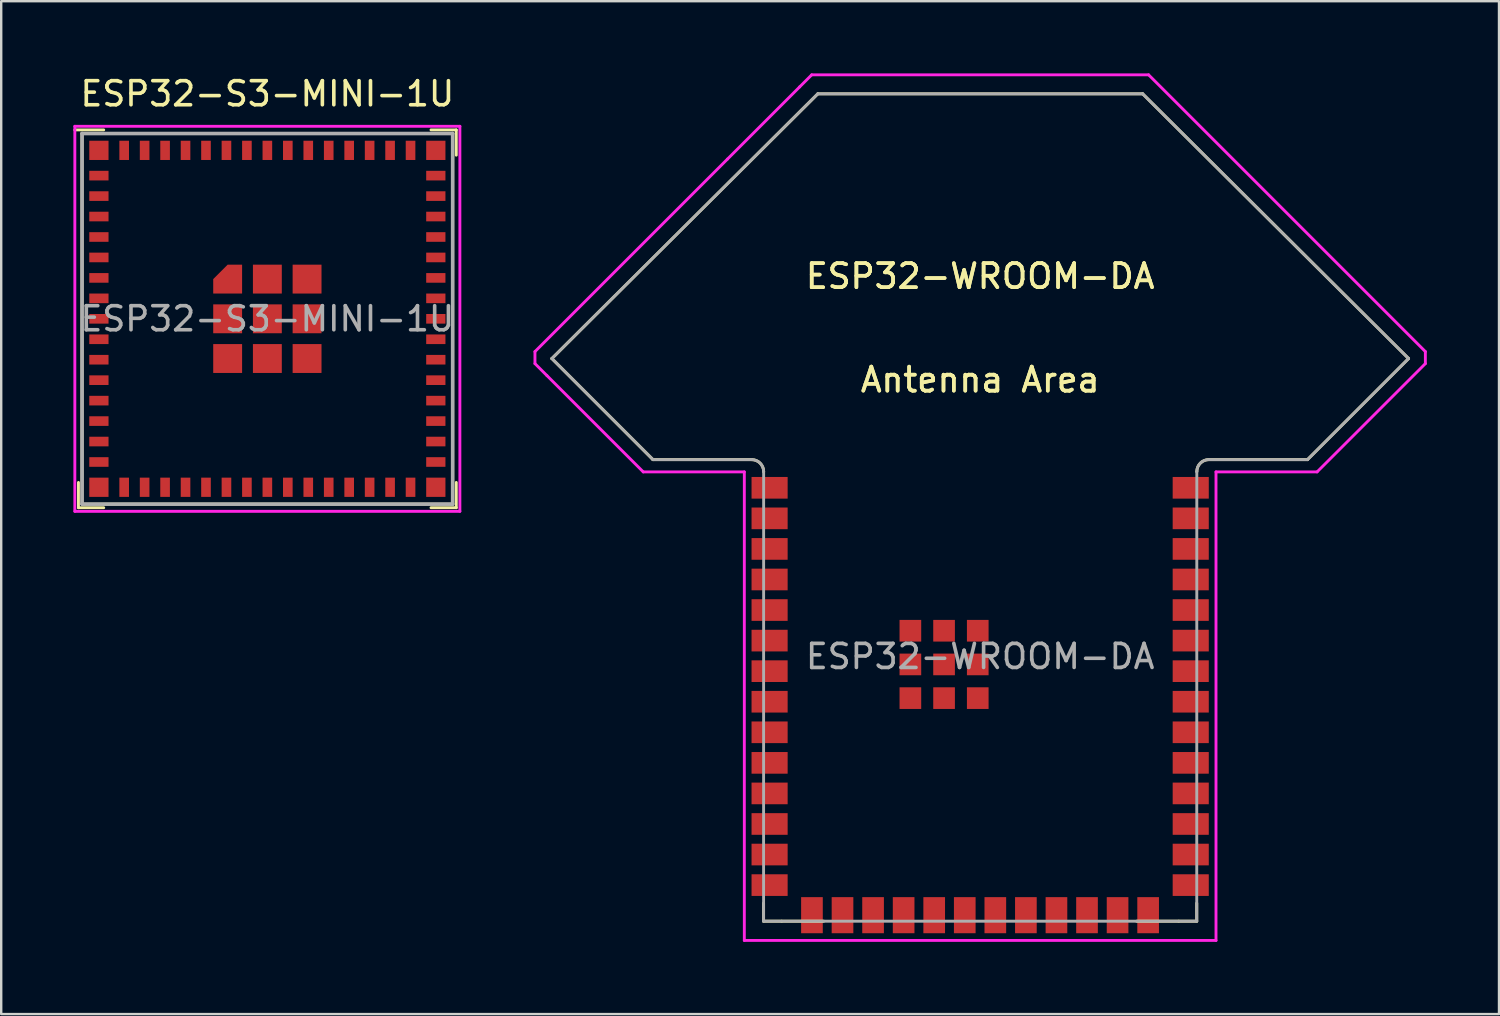
<source format=kicad_pcb>
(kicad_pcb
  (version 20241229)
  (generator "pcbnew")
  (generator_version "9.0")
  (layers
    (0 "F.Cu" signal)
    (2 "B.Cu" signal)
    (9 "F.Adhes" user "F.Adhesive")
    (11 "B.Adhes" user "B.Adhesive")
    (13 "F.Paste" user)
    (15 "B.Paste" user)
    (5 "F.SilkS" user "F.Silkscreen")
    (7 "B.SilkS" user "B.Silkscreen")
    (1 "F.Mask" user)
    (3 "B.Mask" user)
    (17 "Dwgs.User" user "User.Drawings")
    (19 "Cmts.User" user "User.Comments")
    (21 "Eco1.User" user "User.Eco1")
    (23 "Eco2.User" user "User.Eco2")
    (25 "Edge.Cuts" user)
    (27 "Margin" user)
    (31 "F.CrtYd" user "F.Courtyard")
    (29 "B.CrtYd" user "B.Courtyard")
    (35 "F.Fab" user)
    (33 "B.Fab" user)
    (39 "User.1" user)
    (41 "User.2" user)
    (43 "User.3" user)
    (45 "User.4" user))
  (footprint "ESP32-WROOM-DA"
    (layer "F.Cu")
    (at 37.68 24.23)
    (property "Reference" "ESP32-WROOM-DA" (at 0 -15.8 0) (layer "F.SilkS") (effects (font (size 1 1) (thickness 0.15))))
    (attr smd)
    (fp_line (start -17.797 -12.381) (end -13.597 -8.181) (stroke (width 0.12) (type solid)) (layer "F.SilkS"))
    (fp_line (start -13.597 -8.181) (end -9.497 -8.181) (stroke (width 0.12) (type solid)) (layer "F.SilkS"))
    (fp_line (start -9 10.25) (end -9 11) (stroke (width 0.12) (type solid)) (layer "F.SilkS"))
    (fp_line (start -9 11) (end -8.25 11) (stroke (width 0.12) (type solid)) (layer "F.SilkS"))
    (fp_line (start -8.25 11) (end -6.5 11) (stroke (width 0.12) (type solid)) (layer "F.SilkS"))
    (fp_line (start -6.747 -23.381) (end -17.797 -12.381) (stroke (width 0.12) (type solid)) (layer "F.SilkS"))
    (fp_line (start -6.747 -23.381) (end 6.753 -23.381) (stroke (width 0.12) (type solid)) (layer "F.SilkS"))
    (fp_line (start 8.25 11) (end 6.5 11) (stroke (width 0.12) (type solid)) (layer "F.SilkS"))
    (fp_line (start 9 10.25) (end 9 11) (stroke (width 0.12) (type solid)) (layer "F.SilkS"))
    (fp_line (start 9 11) (end 8.25 11) (stroke (width 0.12) (type solid)) (layer "F.SilkS"))
    (fp_line (start 9.503 -8.181) (end 13.603 -8.181) (stroke (width 0.12) (type solid)) (layer "F.SilkS"))
    (fp_line (start 13.603 -8.181) (end 17.803 -12.381) (stroke (width 0.12) (type solid)) (layer "F.SilkS"))
    (fp_line (start 17.803 -12.381) (end 6.753 -23.381) (stroke (width 0.12) (type solid)) (layer "F.SilkS"))
    (fp_arc (start -9.49671 -8.181187) (mid -9.143157 -8.03474) (end -8.99671 -7.681187) (stroke (width 0.12) (type solid)) (layer "F.SilkS"))
    (fp_arc (start 9.00329 -7.681187) (mid 9.149737 -8.03474) (end 9.50329 -8.181187) (stroke (width 0.12) (type solid)) (layer "F.SilkS"))
    (fp_line (start -9 -7.67) (end 9 -7.67) (stroke (width 0.12) (type solid)) (layer "Eco2.User"))
    (fp_line (start -9 11) (end -9 -7.67) (stroke (width 0.12) (type solid)) (layer "Eco2.User"))
    (fp_line (start 9 -7.67) (end 9 11) (stroke (width 0.12) (type solid)) (layer "Eco2.User"))
    (fp_line (start 9 11) (end -9 11) (stroke (width 0.12) (type solid)) (layer "Eco2.User"))
    (fp_line (start -18.5 -12.17) (end -18.5 -12.67) (stroke (width 0.12) (type solid)) (layer "F.CrtYd"))
    (fp_line (start -18 -11.67) (end -18.5 -12.17) (stroke (width 0.12) (type solid)) (layer "F.CrtYd"))
    (fp_line (start -14 -7.67) (end -18 -11.67) (stroke (width 0.12) (type solid)) (layer "F.CrtYd"))
    (fp_line (start -10.5 -20.67) (end -18.5 -12.67) (stroke (width 0.12) (type solid)) (layer "F.CrtYd"))
    (fp_line (start -9.8 -7.67) (end -14 -7.67) (stroke (width 0.12) (type solid)) (layer "F.CrtYd"))
    (fp_line (start -9.8 -7.67) (end -9.8 11.8) (stroke (width 0.12) (type solid)) (layer "F.CrtYd"))
    (fp_line (start -9.8 11.8) (end 9.8 11.8) (stroke (width 0.12) (type solid)) (layer "F.CrtYd"))
    (fp_line (start -7.5 -23.67) (end -10.5 -20.67) (stroke (width 0.12) (type solid)) (layer "F.CrtYd"))
    (fp_line (start -7.5 -23.67) (end -7 -24.17) (stroke (width 0.12) (type solid)) (layer "F.CrtYd"))
    (fp_line (start -7 -24.17) (end 7 -24.17) (stroke (width 0.12) (type solid)) (layer "F.CrtYd"))
    (fp_line (start 7 -24.17) (end 18.5 -12.67) (stroke (width 0.12) (type solid)) (layer "F.CrtYd"))
    (fp_line (start 9.8 -7.67) (end 9.8 11.8) (stroke (width 0.12) (type solid)) (layer "F.CrtYd"))
    (fp_line (start 9.8 -7.67) (end 14 -7.67) (stroke (width 0.12) (type solid)) (layer "F.CrtYd"))
    (fp_line (start 14 -7.67) (end 18.5 -12.17) (stroke (width 0.12) (type solid)) (layer "F.CrtYd"))
    (fp_line (start 18.5 -12.67) (end 18.5 -12.17) (stroke (width 0.12) (type solid)) (layer "F.CrtYd"))
    (fp_line (start -17.797 -12.381) (end -13.597 -8.181) (stroke (width 0.12) (type solid)) (layer "F.Fab"))
    (fp_line (start -13.597 -8.181) (end -9.497 -8.181) (stroke (width 0.12) (type solid)) (layer "F.Fab"))
    (fp_line (start -9 11) (end 9 11) (stroke (width 0.12) (type solid)) (layer "F.Fab"))
    (fp_line (start -8.997 -7.681) (end -9 11) (stroke (width 0.12) (type solid)) (layer "F.Fab"))
    (fp_line (start -6.747 -23.381) (end -17.797 -12.381) (stroke (width 0.12) (type solid)) (layer "F.Fab"))
    (fp_line (start -6.747 -23.381) (end 6.753 -23.381) (stroke (width 0.12) (type solid)) (layer "F.Fab"))
    (fp_line (start 9 11) (end 9.003 -7.681) (stroke (width 0.12) (type solid)) (layer "F.Fab"))
    (fp_line (start 9.503 -8.181) (end 13.603 -8.181) (stroke (width 0.12) (type solid)) (layer "F.Fab"))
    (fp_line (start 13.603 -8.181) (end 17.803 -12.381) (stroke (width 0.12) (type solid)) (layer "F.Fab"))
    (fp_line (start 17.803 -12.381) (end 6.753 -23.381) (stroke (width 0.12) (type solid)) (layer "F.Fab"))
    (fp_arc (start -9.49671 -8.181187) (mid -9.143157 -8.03474) (end -8.99671 -7.681187) (stroke (width 0.12) (type solid)) (layer "F.Fab"))
    (fp_arc (start 9.00329 -7.681187) (mid 9.149737 -8.03474) (end 9.50329 -8.181187) (stroke (width 0.12) (type solid)) (layer "F.Fab"))
    (fp_text user "Antenna Area" (at 0 -11.5 0) (layer "F.SilkS") (effects (font (size 1 1) (thickness 0.15))))
    (fp_text user "${REFERENCE}" (at 0 -15.8 0) (layer "F.SilkS") (effects (font (size 1 1) (thickness 0.15))))
    (fp_text user "Antenna Area" (at 0 -11.5 0) (layer "F.SilkS") (effects (font (size 1 1) (thickness 0.15))))
    (fp_text user "Antenna Area" (at 0 -11.5 0) (layer "Eco2.User") (effects (font (size 1 1) (thickness 0.15))))
    (fp_text user "Antenna Area" (at 0 -11.5 0) (layer "Eco2.User") (effects (font (size 1 1) (thickness 0.15))))
    (fp_text user "${REFERENCE}" (at 0 0 0) (layer "F.Fab") (effects (font (size 1 1) (thickness 0.15))))
    (pad "1" smd rect (at -8.75 -7.01) (size 1.5 0.9) (layers "F.Cu" "F.Mask" "F.Paste"))
    (pad "2" smd rect (at -8.75 -5.74) (size 1.5 0.9) (layers "F.Cu" "F.Mask" "F.Paste"))
    (pad "3" smd rect (at -8.75 -4.47) (size 1.5 0.9) (layers "F.Cu" "F.Mask" "F.Paste"))
    (pad "4" smd rect (at -8.75 -3.2) (size 1.5 0.9) (layers "F.Cu" "F.Mask" "F.Paste"))
    (pad "5" smd rect (at -8.75 -1.93) (size 1.5 0.9) (layers "F.Cu" "F.Mask" "F.Paste"))
    (pad "6" smd rect (at -8.75 -0.66) (size 1.5 0.9) (layers "F.Cu" "F.Mask" "F.Paste"))
    (pad "7" smd rect (at -8.75 0.61) (size 1.5 0.9) (layers "F.Cu" "F.Mask" "F.Paste"))
    (pad "8" smd rect (at -8.75 1.88) (size 1.5 0.9) (layers "F.Cu" "F.Mask" "F.Paste"))
    (pad "9" smd rect (at -8.75 3.15) (size 1.5 0.9) (layers "F.Cu" "F.Mask" "F.Paste"))
    (pad "10" smd rect (at -8.75 4.42) (size 1.5 0.9) (layers "F.Cu" "F.Mask" "F.Paste"))
    (pad "11" smd rect (at -8.75 5.69) (size 1.5 0.9) (layers "F.Cu" "F.Mask" "F.Paste"))
    (pad "12" smd rect (at -8.75 6.96) (size 1.5 0.9) (layers "F.Cu" "F.Mask" "F.Paste"))
    (pad "13" smd rect (at -8.75 8.23) (size 1.5 0.9) (layers "F.Cu" "F.Mask" "F.Paste"))
    (pad "14" smd rect (at -8.75 9.5) (size 1.5 0.9) (layers "F.Cu" "F.Mask" "F.Paste"))
    (pad "15" smd rect (at -6.99 10.75 90) (size 1.5 0.9) (layers "F.Cu" "F.Mask" "F.Paste"))
    (pad "16" smd rect (at -5.72 10.75 90) (size 1.5 0.9) (layers "F.Cu" "F.Mask" "F.Paste"))
    (pad "17" smd rect (at -4.45 10.75 90) (size 1.5 0.9) (layers "F.Cu" "F.Mask" "F.Paste"))
    (pad "18" smd rect (at -3.18 10.75 90) (size 1.5 0.9) (layers "F.Cu" "F.Mask" "F.Paste"))
    (pad "19" smd rect (at -1.91 10.75 90) (size 1.5 0.9) (layers "F.Cu" "F.Mask" "F.Paste"))
    (pad "20" smd rect (at -0.64 10.75 90) (size 1.5 0.9) (layers "F.Cu" "F.Mask" "F.Paste"))
    (pad "21" smd rect (at 0.63 10.75 90) (size 1.5 0.9) (layers "F.Cu" "F.Mask" "F.Paste"))
    (pad "22" smd rect (at 1.9 10.75 90) (size 1.5 0.9) (layers "F.Cu" "F.Mask" "F.Paste"))
    (pad "23" smd rect (at 3.17 10.75 90) (size 1.5 0.9) (layers "F.Cu" "F.Mask" "F.Paste"))
    (pad "24" smd rect (at 4.44 10.75 90) (size 1.5 0.9) (layers "F.Cu" "F.Mask" "F.Paste"))
    (pad "25" smd rect (at 5.71 10.75 90) (size 1.5 0.9) (layers "F.Cu" "F.Mask" "F.Paste"))
    (pad "26" smd rect (at 6.98 10.75 90) (size 1.5 0.9) (layers "F.Cu" "F.Mask" "F.Paste"))
    (pad "27" smd rect (at 8.75 9.5 180) (size 1.5 0.9) (layers "F.Cu" "F.Mask" "F.Paste"))
    (pad "28" smd rect (at 8.75 8.23 180) (size 1.5 0.9) (layers "F.Cu" "F.Mask" "F.Paste"))
    (pad "29" smd rect (at 8.75 6.96 180) (size 1.5 0.9) (layers "F.Cu" "F.Mask" "F.Paste"))
    (pad "30" smd rect (at 8.75 5.69 180) (size 1.5 0.9) (layers "F.Cu" "F.Mask" "F.Paste"))
    (pad "31" smd rect (at 8.75 4.42 180) (size 1.5 0.9) (layers "F.Cu" "F.Mask" "F.Paste"))
    (pad "32" smd rect (at 8.75 3.15 180) (size 1.5 0.9) (layers "F.Cu" "F.Mask" "F.Paste"))
    (pad "33" smd rect (at 8.75 1.88 180) (size 1.5 0.9) (layers "F.Cu" "F.Mask" "F.Paste"))
    (pad "34" smd rect (at 8.75 0.61 180) (size 1.5 0.9) (layers "F.Cu" "F.Mask" "F.Paste"))
    (pad "35" smd rect (at 8.75 -0.66 180) (size 1.5 0.9) (layers "F.Cu" "F.Mask" "F.Paste"))
    (pad "36" smd rect (at 8.75 -1.93 180) (size 1.5 0.9) (layers "F.Cu" "F.Mask" "F.Paste"))
    (pad "37" smd rect (at 8.75 -3.2 180) (size 1.5 0.9) (layers "F.Cu" "F.Mask" "F.Paste"))
    (pad "38" smd rect (at 8.75 -4.47 180) (size 1.5 0.9) (layers "F.Cu" "F.Mask" "F.Paste"))
    (pad "39" smd rect (at 8.75 -5.74 180) (size 1.5 0.9) (layers "F.Cu" "F.Mask" "F.Paste"))
    (pad "40" smd rect (at 8.75 -7.01 180) (size 1.5 0.9) (layers "F.Cu" "F.Mask" "F.Paste"))
    (pad "41" smd rect (at -2.9 -1.07 180) (size 0.9 0.9) (layers "F.Cu" "F.Mask" "F.Paste"))
    (pad "41" smd rect (at -2.9 0.33 180) (size 0.9 0.9) (layers "F.Cu" "F.Mask" "F.Paste"))
    (pad "41" smd rect (at -2.9 1.73 180) (size 0.9 0.9) (layers "F.Cu" "F.Mask" "F.Paste"))
    (pad "41" smd rect (at -1.5 -1.07 180) (size 0.9 0.9) (layers "F.Cu" "F.Mask" "F.Paste"))
    (pad "41" smd rect (at -1.5 0.33 180) (size 0.9 0.9) (layers "F.Cu" "F.Mask" "F.Paste"))
    (pad "41" smd rect (at -1.5 1.73 180) (size 0.9 0.9) (layers "F.Cu" "F.Mask" "F.Paste"))
    (pad "41" smd rect (at -0.1 -1.07 180) (size 0.9 0.9) (layers "F.Cu" "F.Mask" "F.Paste"))
    (pad "41" smd rect (at -0.1 0.33 180) (size 0.9 0.9) (layers "F.Cu" "F.Mask" "F.Paste"))
    (pad "41" smd rect (at -0.1 1.73 180) (size 0.9 0.9) (layers "F.Cu" "F.Mask" "F.Paste"))
    (zone (net_name "") (layers "F.Cu" "B.Cu") (name "antenna keepout") (hatch edge 0.508) (connect_pads) (min_thickness 0.254) (filled_areas_thickness no) (keepout (tracks not_allowed) (vias not_allowed) (pads not_allowed) (copperpour not_allowed) (footprints not_allowed)) (placement (enabled no)) (fill) (polygon (pts (xy 55.48 16.56) (xy 19.93 16.56) (xy 19.93 0.86) (xy 55.48 0.86)))))
  (footprint "ESP32-S3-MINI-1U"
    (layer "F.Cu")
    (at 8.06 10.198)
    (property "Reference" "ESP32-S3-MINI-1U" (at 0 -9.35 0) (layer "F.SilkS") (effects (font (size 1 1) (thickness 0.15))))
    (attr smd)
    (fp_line (start -7.85 7.85) (end -7.85 6.8) (stroke (width 0.12) (type solid)) (layer "F.SilkS"))
    (fp_line (start -7.7 -7.7) (end 7.7 -7.7) (stroke (width 0.12) (type solid)) (layer "F.SilkS"))
    (fp_line (start -7.7 7.7) (end -7.7 -7.7) (stroke (width 0.12) (type solid)) (layer "F.SilkS"))
    (fp_line (start -6.8 -7.85) (end -8 -7.85) (stroke (width 0.12) (type solid)) (layer "F.SilkS"))
    (fp_line (start -6.8 7.85) (end -7.85 7.85) (stroke (width 0.12) (type solid)) (layer "F.SilkS"))
    (fp_line (start 6.8 -7.85) (end 7.85 -7.85) (stroke (width 0.12) (type solid)) (layer "F.SilkS"))
    (fp_line (start 6.8 7.85) (end 7.85 7.85) (stroke (width 0.12) (type solid)) (layer "F.SilkS"))
    (fp_line (start 7.7 -7.7) (end 7.7 7.7) (stroke (width 0.12) (type solid)) (layer "F.SilkS"))
    (fp_line (start 7.7 7.7) (end -7.7 7.7) (stroke (width 0.12) (type solid)) (layer "F.SilkS"))
    (fp_line (start 7.85 -7.85) (end 7.85 -6.8) (stroke (width 0.12) (type solid)) (layer "F.SilkS"))
    (fp_line (start 7.85 7.85) (end 7.85 6.8) (stroke (width 0.12) (type solid)) (layer "F.SilkS"))
    (fp_line (start -8 -8) (end -8 8) (stroke (width 0.12) (type solid)) (layer "F.CrtYd"))
    (fp_line (start -8 8) (end 8 8) (stroke (width 0.12) (type solid)) (layer "F.CrtYd"))
    (fp_line (start 8 -8) (end -8 -8) (stroke (width 0.12) (type solid)) (layer "F.CrtYd"))
    (fp_line (start 8 8) (end 8 -8) (stroke (width 0.12) (type solid)) (layer "F.CrtYd"))
    (fp_line (start -7.7 -7.7) (end -7.7 7.7) (stroke (width 0.15) (type solid)) (layer "F.Fab"))
    (fp_line (start -7.7 7.7) (end 7.7 7.7) (stroke (width 0.15) (type solid)) (layer "F.Fab"))
    (fp_line (start 7.7 -7.7) (end -7.7 -7.7) (stroke (width 0.15) (type solid)) (layer "F.Fab"))
    (fp_line (start 7.7 7.7) (end 7.7 -7.7) (stroke (width 0.15) (type solid)) (layer "F.Fab"))
    (fp_text user "${REFERENCE}" (at 0 0 0) (layer "F.Fab") (effects (font (size 1 1) (thickness 0.15))))
    (pad "1" smd rect (at -7 -5.95 90) (size 0.4 0.8) (layers "F.Cu" "F.Mask" "F.Paste"))
    (pad "2" smd rect (at -7 -5.1 90) (size 0.4 0.8) (layers "F.Cu" "F.Mask" "F.Paste"))
    (pad "3" smd rect (at -7 -4.25 90) (size 0.4 0.8) (layers "F.Cu" "F.Mask" "F.Paste"))
    (pad "4" smd rect (at -7 -3.4 90) (size 0.4 0.8) (layers "F.Cu" "F.Mask" "F.Paste"))
    (pad "5" smd rect (at -7 -2.55 90) (size 0.4 0.8) (layers "F.Cu" "F.Mask" "F.Paste"))
    (pad "6" smd rect (at -7 -1.7 90) (size 0.4 0.8) (layers "F.Cu" "F.Mask" "F.Paste"))
    (pad "7" smd rect (at -7 -0.85 90) (size 0.4 0.8) (layers "F.Cu" "F.Mask" "F.Paste"))
    (pad "8" smd rect (at -7 0 90) (size 0.4 0.8) (layers "F.Cu" "F.Mask" "F.Paste"))
    (pad "9" smd rect (at -7 0.85 90) (size 0.4 0.8) (layers "F.Cu" "F.Mask" "F.Paste"))
    (pad "10" smd rect (at -7 1.7 90) (size 0.4 0.8) (layers "F.Cu" "F.Mask" "F.Paste"))
    (pad "11" smd rect (at -7 2.55 90) (size 0.4 0.8) (layers "F.Cu" "F.Mask" "F.Paste"))
    (pad "12" smd rect (at -7 3.4 90) (size 0.4 0.8) (layers "F.Cu" "F.Mask" "F.Paste"))
    (pad "13" smd rect (at -7 4.25 90) (size 0.4 0.8) (layers "F.Cu" "F.Mask" "F.Paste"))
    (pad "14" smd rect (at -7 5.1 90) (size 0.4 0.8) (layers "F.Cu" "F.Mask" "F.Paste"))
    (pad "15" smd rect (at -7 5.95 90) (size 0.4 0.8) (layers "F.Cu" "F.Mask" "F.Paste"))
    (pad "16" smd rect (at -5.95 7) (size 0.4 0.8) (layers "F.Cu" "F.Mask" "F.Paste"))
    (pad "17" smd rect (at -5.1 7) (size 0.4 0.8) (layers "F.Cu" "F.Mask" "F.Paste"))
    (pad "18" smd rect (at -4.25 7) (size 0.4 0.8) (layers "F.Cu" "F.Mask" "F.Paste"))
    (pad "19" smd rect (at -3.4 7) (size 0.4 0.8) (layers "F.Cu" "F.Mask" "F.Paste"))
    (pad "20" smd rect (at -2.55 7) (size 0.4 0.8) (layers "F.Cu" "F.Mask" "F.Paste"))
    (pad "21" smd rect (at -1.7 7) (size 0.4 0.8) (layers "F.Cu" "F.Mask" "F.Paste"))
    (pad "22" smd rect (at -0.85 7) (size 0.4 0.8) (layers "F.Cu" "F.Mask" "F.Paste"))
    (pad "23" smd rect (at 0 7) (size 0.4 0.8) (layers "F.Cu" "F.Mask" "F.Paste"))
    (pad "24" smd rect (at 0.85 7) (size 0.4 0.8) (layers "F.Cu" "F.Mask" "F.Paste"))
    (pad "25" smd rect (at 1.7 7) (size 0.4 0.8) (layers "F.Cu" "F.Mask" "F.Paste"))
    (pad "26" smd rect (at 2.55 7) (size 0.4 0.8) (layers "F.Cu" "F.Mask" "F.Paste"))
    (pad "27" smd rect (at 3.4 7) (size 0.4 0.8) (layers "F.Cu" "F.Mask" "F.Paste"))
    (pad "28" smd rect (at 4.25 7) (size 0.4 0.8) (layers "F.Cu" "F.Mask" "F.Paste"))
    (pad "29" smd rect (at 5.1 7) (size 0.4 0.8) (layers "F.Cu" "F.Mask" "F.Paste"))
    (pad "30" smd rect (at 5.95 7) (size 0.4 0.8) (layers "F.Cu" "F.Mask" "F.Paste"))
    (pad "31" smd rect (at 7 5.95 90) (size 0.4 0.8) (layers "F.Cu" "F.Mask" "F.Paste"))
    (pad "32" smd rect (at 7 5.1 90) (size 0.4 0.8) (layers "F.Cu" "F.Mask" "F.Paste"))
    (pad "33" smd rect (at 7 4.25 90) (size 0.4 0.8) (layers "F.Cu" "F.Mask" "F.Paste"))
    (pad "34" smd rect (at 7 3.4 90) (size 0.4 0.8) (layers "F.Cu" "F.Mask" "F.Paste"))
    (pad "35" smd rect (at 7 2.55 90) (size 0.4 0.8) (layers "F.Cu" "F.Mask" "F.Paste"))
    (pad "36" smd rect (at 7 1.7 90) (size 0.4 0.8) (layers "F.Cu" "F.Mask" "F.Paste"))
    (pad "37" smd rect (at 7 0.85 90) (size 0.4 0.8) (layers "F.Cu" "F.Mask" "F.Paste"))
    (pad "38" smd rect (at 7 0 90) (size 0.4 0.8) (layers "F.Cu" "F.Mask" "F.Paste"))
    (pad "39" smd rect (at 7 -0.85 90) (size 0.4 0.8) (layers "F.Cu" "F.Mask" "F.Paste"))
    (pad "40" smd rect (at 7 -1.7 90) (size 0.4 0.8) (layers "F.Cu" "F.Mask" "F.Paste"))
    (pad "41" smd rect (at 7 -2.55 90) (size 0.4 0.8) (layers "F.Cu" "F.Mask" "F.Paste"))
    (pad "42" smd rect (at 7 -3.4 90) (size 0.4 0.8) (layers "F.Cu" "F.Mask" "F.Paste"))
    (pad "43" smd rect (at 7 -4.25 90) (size 0.4 0.8) (layers "F.Cu" "F.Mask" "F.Paste"))
    (pad "44" smd rect (at 7 -5.1 90) (size 0.4 0.8) (layers "F.Cu" "F.Mask" "F.Paste"))
    (pad "45" smd rect (at 7 -5.95 90) (size 0.4 0.8) (layers "F.Cu" "F.Mask" "F.Paste"))
    (pad "46" smd rect (at 5.95 -7) (size 0.4 0.8) (layers "F.Cu" "F.Mask" "F.Paste"))
    (pad "47" smd rect (at 5.1 -7) (size 0.4 0.8) (layers "F.Cu" "F.Mask" "F.Paste"))
    (pad "48" smd rect (at 4.25 -7) (size 0.4 0.8) (layers "F.Cu" "F.Mask" "F.Paste"))
    (pad "49" smd rect (at 3.4 -7) (size 0.4 0.8) (layers "F.Cu" "F.Mask" "F.Paste"))
    (pad "50" smd rect (at 2.55 -7) (size 0.4 0.8) (layers "F.Cu" "F.Mask" "F.Paste"))
    (pad "51" smd rect (at 1.7 -7) (size 0.4 0.8) (layers "F.Cu" "F.Mask" "F.Paste"))
    (pad "52" smd rect (at 0.85 -7) (size 0.4 0.8) (layers "F.Cu" "F.Mask" "F.Paste"))
    (pad "53" smd rect (at 0 -7) (size 0.4 0.8) (layers "F.Cu" "F.Mask" "F.Paste"))
    (pad "54" smd rect (at -0.85 -7) (size 0.4 0.8) (layers "F.Cu" "F.Mask" "F.Paste"))
    (pad "55" smd rect (at -1.7 -7) (size 0.4 0.8) (layers "F.Cu" "F.Mask" "F.Paste"))
    (pad "56" smd rect (at -2.55 -7) (size 0.4 0.8) (layers "F.Cu" "F.Mask" "F.Paste"))
    (pad "57" smd rect (at -3.4 -7) (size 0.4 0.8) (layers "F.Cu" "F.Mask" "F.Paste"))
    (pad "58" smd rect (at -4.25 -7) (size 0.4 0.8) (layers "F.Cu" "F.Mask" "F.Paste"))
    (pad "59" smd rect (at -5.1 -7) (size 0.4 0.8) (layers "F.Cu" "F.Mask" "F.Paste"))
    (pad "60" smd rect (at -5.95 -7) (size 0.4 0.8) (layers "F.Cu" "F.Mask" "F.Paste"))
    (pad "61" smd custom (at -1.65 -1.65) (size 0.6 0.6) (layers "F.Cu" "F.Mask" "F.Paste") (options (anchor rect)) (primitives (gr_poly (pts (xy 0.6 0.6) (xy -0.6 0.6) (xy -0.6 0) (xy 0 -0.6) (xy 0.6 -0.6)) (width 0) (fill yes))))
    (pad "61" smd rect (at -1.65 0) (size 1.2 1.2) (layers "F.Cu" "F.Mask" "F.Paste"))
    (pad "61" smd rect (at -1.65 1.65) (size 1.2 1.2) (layers "F.Cu" "F.Mask" "F.Paste"))
    (pad "61" smd rect (at 0 -1.65) (size 1.2 1.2) (layers "F.Cu" "F.Mask" "F.Paste"))
    (pad "61" smd rect (at 0 0) (size 1.2 1.2) (layers "F.Cu" "F.Mask" "F.Paste"))
    (pad "61" smd rect (at 0 1.65) (size 1.2 1.2) (layers "F.Cu" "F.Mask" "F.Paste"))
    (pad "61" smd rect (at 1.65 -1.65) (size 1.2 1.2) (layers "F.Cu" "F.Mask" "F.Paste"))
    (pad "61" smd rect (at 1.65 0) (size 1.2 1.2) (layers "F.Cu" "F.Mask" "F.Paste"))
    (pad "61" smd rect (at 1.65 1.65) (size 1.2 1.2) (layers "F.Cu" "F.Mask" "F.Paste"))
    (pad "62" smd rect (at -7 -7 180) (size 0.8 0.8) (layers "F.Cu" "F.Mask" "F.Paste"))
    (pad "63" smd rect (at -7 7 180) (size 0.8 0.8) (layers "F.Cu" "F.Mask" "F.Paste"))
    (pad "64" smd rect (at 7 7 180) (size 0.8 0.8) (layers "F.Cu" "F.Mask" "F.Paste"))
    (pad "65" smd rect (at 7 -7 180) (size 0.8 0.8) (layers "F.Cu" "F.Mask" "F.Paste")))
  (gr_rect
    (start -3 -3)
    (end 59.24 39.09)
    (stroke (width 0.1) (type default))
    (fill no)
    (layer "Edge.Cuts")))
</source>
